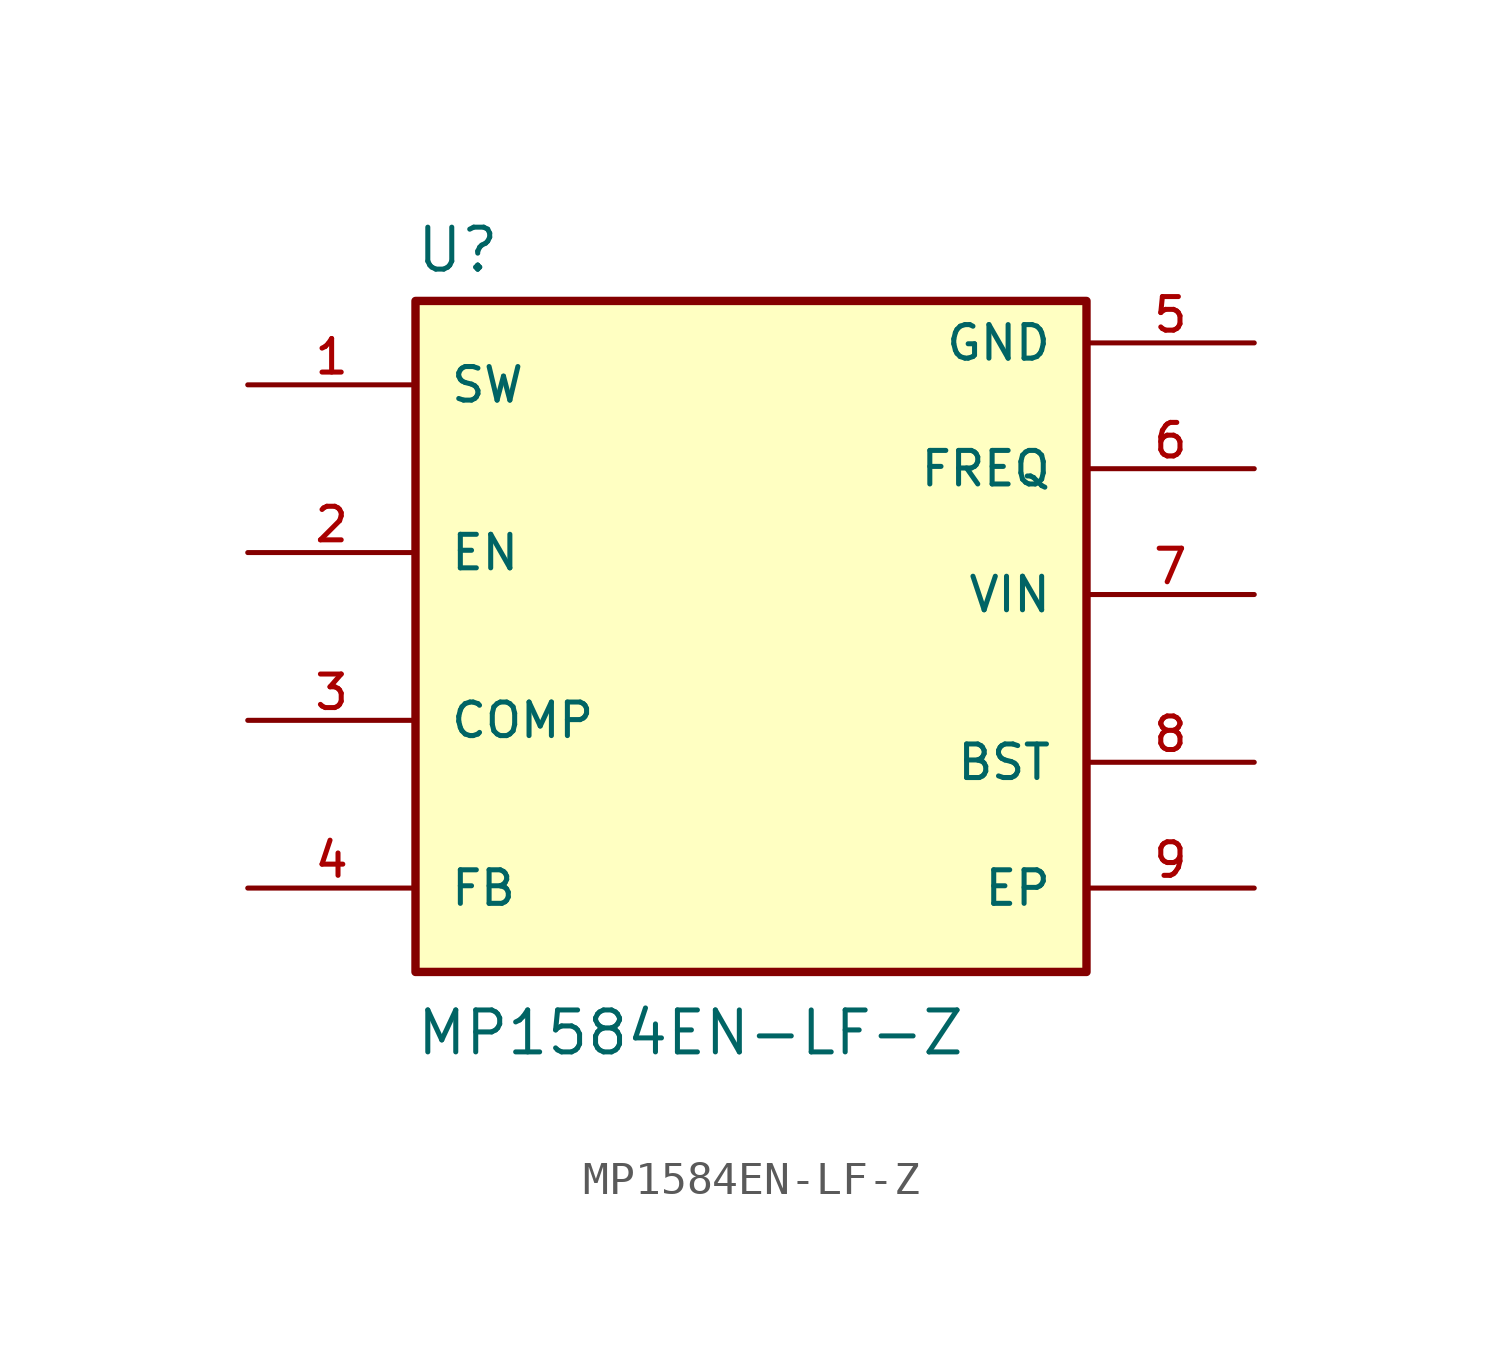
<source format=kicad_sym>
(kicad_symbol_lib
  (version 20231120)
  (generator "kicad_symbol_editor")
  (generator_version "8.0")
  (symbol "MP1584EN-LF-Z"
    (pin_names
      (offset 1.016))
    (property "Reference" "U"
      (at -10.19 10.961 0)
      (effects (font (size 1.27 1.27)) (justify left bottom)))
    (property "Value" "MP1584EN-LF-Z"
      (at -10.19 -12.744 0)
      (effects (font (size 1.27 1.27)) (justify left bottom)))
    (symbol "MP1584EN-LF-Z_0_0"
      (rectangle (start -10.16 -10.16) (end 10.16 10.16) (stroke (width 0.254) (type default)) (fill (type background)))
      (pin output line (at -15.24 7.62 0) (length 5.08) (name "SW" (effects (font (size 1.016 1.016)))) (number "1" (effects (font (size 1.016 1.016)))))
      (pin input line (at -15.24 2.54 0) (length 5.08) (name "EN" (effects (font (size 1.016 1.016)))) (number "2" (effects (font (size 1.016 1.016)))))
      (pin passive line (at -15.24 -2.54 0) (length 5.08) (name "COMP" (effects (font (size 1.016 1.016)))) (number "3" (effects (font (size 1.016 1.016)))))
      (pin input line (at -15.24 -7.62 0) (length 5.08) (name "FB" (effects (font (size 1.016 1.016)))) (number "4" (effects (font (size 1.016 1.016)))))
      (pin power_in line (at 15.24 8.89 180) (length 5.08) (name "GND" (effects (font (size 1.016 1.016)))) (number "5" (effects (font (size 1.016 1.016)))))
      (pin input line (at 15.24 1.27 180) (length 5.08) (name "VIN" (effects (font (size 1.016 1.016)))) (number "7" (effects (font (size 1.016 1.016)))))
      (pin passive line (at 15.24 -3.81 180) (length 5.08) (name "BST" (effects (font (size 1.016 1.016)))) (number "8" (effects (font (size 1.016 1.016)))))
      (pin power_in line (at 15.24 -7.62 180) (length 5.08) (name "EP" (effects (font (size 1.016 1.016)))) (number "9" (effects (font (size 1.016 1.016))))))
    (symbol "MP1584EN-LF-Z_1_0"
      (pin passive line (at 15.24 5.08 180) (length 5.08) (name "FREQ" (effects (font (size 1.016 1.016)))) (number "6" (effects (font (size 1.016 1.016))))))))
</source>
